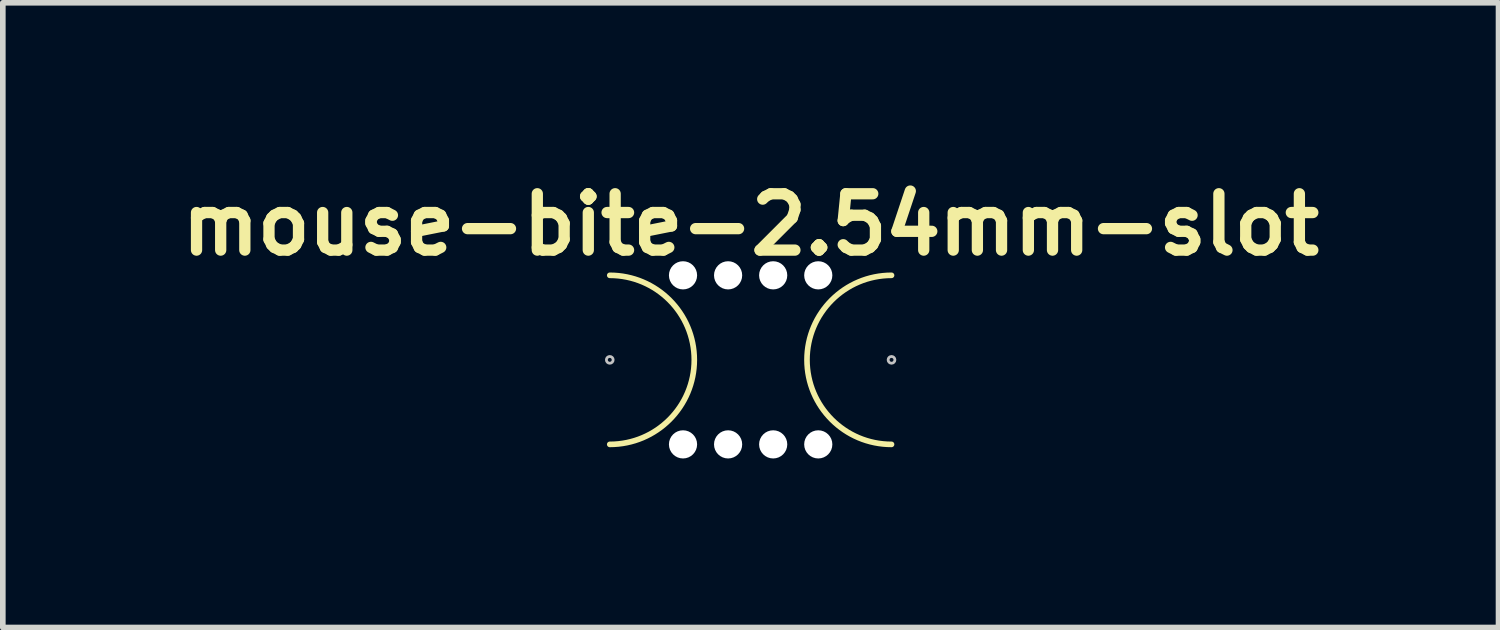
<source format=kicad_pcb>
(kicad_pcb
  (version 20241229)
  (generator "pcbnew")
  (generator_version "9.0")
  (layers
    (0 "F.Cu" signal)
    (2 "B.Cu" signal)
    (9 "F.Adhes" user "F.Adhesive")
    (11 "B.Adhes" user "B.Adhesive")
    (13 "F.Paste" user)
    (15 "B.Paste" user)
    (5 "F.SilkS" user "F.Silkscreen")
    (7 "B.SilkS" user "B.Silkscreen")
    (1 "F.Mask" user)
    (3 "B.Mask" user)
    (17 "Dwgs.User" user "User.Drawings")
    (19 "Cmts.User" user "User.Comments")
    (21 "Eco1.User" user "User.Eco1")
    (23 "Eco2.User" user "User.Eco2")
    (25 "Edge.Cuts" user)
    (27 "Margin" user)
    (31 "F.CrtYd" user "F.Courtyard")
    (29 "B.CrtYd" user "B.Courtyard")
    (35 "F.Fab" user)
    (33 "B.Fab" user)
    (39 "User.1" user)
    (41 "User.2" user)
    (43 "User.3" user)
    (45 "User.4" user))
  (footprint "mouse-bite-2.54mm-slot"
    (layer "F.Cu")
    (at 10.271 3.336)
    (property "Reference" "mouse-bite-2.54mm-slot" (at 0 -2.4 0) (layer "F.SilkS") (effects (font (size 1 1) (thickness 0.2))))
    (attr through_hole)
    (fp_arc (start -2.5 -1.5) (mid -1 0) (end -2.5 1.5) (stroke (width 0.1) (type solid)) (layer "F.SilkS"))
    (fp_arc (start 2.5 1.5) (mid 1 0) (end 2.5 -1.5) (stroke (width 0.1) (type solid)) (layer "F.SilkS"))
    (fp_circle (center -2.5 0) (end -2.44 0) (stroke (width 0.05) (type solid)) (fill no) (layer "Dwgs.User"))
    (fp_circle (center 2.5 0) (end 2.5 -0.06) (stroke (width 0.05) (type solid)) (fill no) (layer "Dwgs.User"))
    (fp_line (start -2.5 0) (end -2.5 0) (stroke (width 3) (type solid)) (layer "Eco1.User"))
    (fp_line (start 2.5 0) (end 2.5 0) (stroke (width 3) (type solid)) (layer "Eco1.User"))
    (pad "" np_thru_hole circle (at -1.2 -1.5) (size 0.5 0.5) (drill 0.5) (layers "*.Cu" "*.Mask"))
    (pad "" np_thru_hole circle (at -1.2 1.5) (size 0.5 0.5) (drill 0.5) (layers "*.Cu" "*.Mask"))
    (pad "" np_thru_hole circle (at -0.4 -1.5) (size 0.5 0.5) (drill 0.5) (layers "*.Cu" "*.Mask"))
    (pad "" np_thru_hole circle (at -0.4 1.5) (size 0.5 0.5) (drill 0.5) (layers "*.Cu" "*.Mask"))
    (pad "" np_thru_hole circle (at 0.4 -1.5) (size 0.5 0.5) (drill 0.5) (layers "*.Cu" "*.Mask"))
    (pad "" np_thru_hole circle (at 0.4 1.5) (size 0.5 0.5) (drill 0.5) (layers "*.Cu" "*.Mask"))
    (pad "" np_thru_hole circle (at 1.2 -1.5) (size 0.5 0.5) (drill 0.5) (layers "*.Cu" "*.Mask"))
    (pad "" np_thru_hole circle (at 1.2 1.5) (size 0.5 0.5) (drill 0.5) (layers "*.Cu" "*.Mask")))
  (gr_rect
    (start -3 -3)
    (end 23.543 8.086)
    (stroke (width 0.1) (type default))
    (fill no)
    (layer "Edge.Cuts")))
</source>
